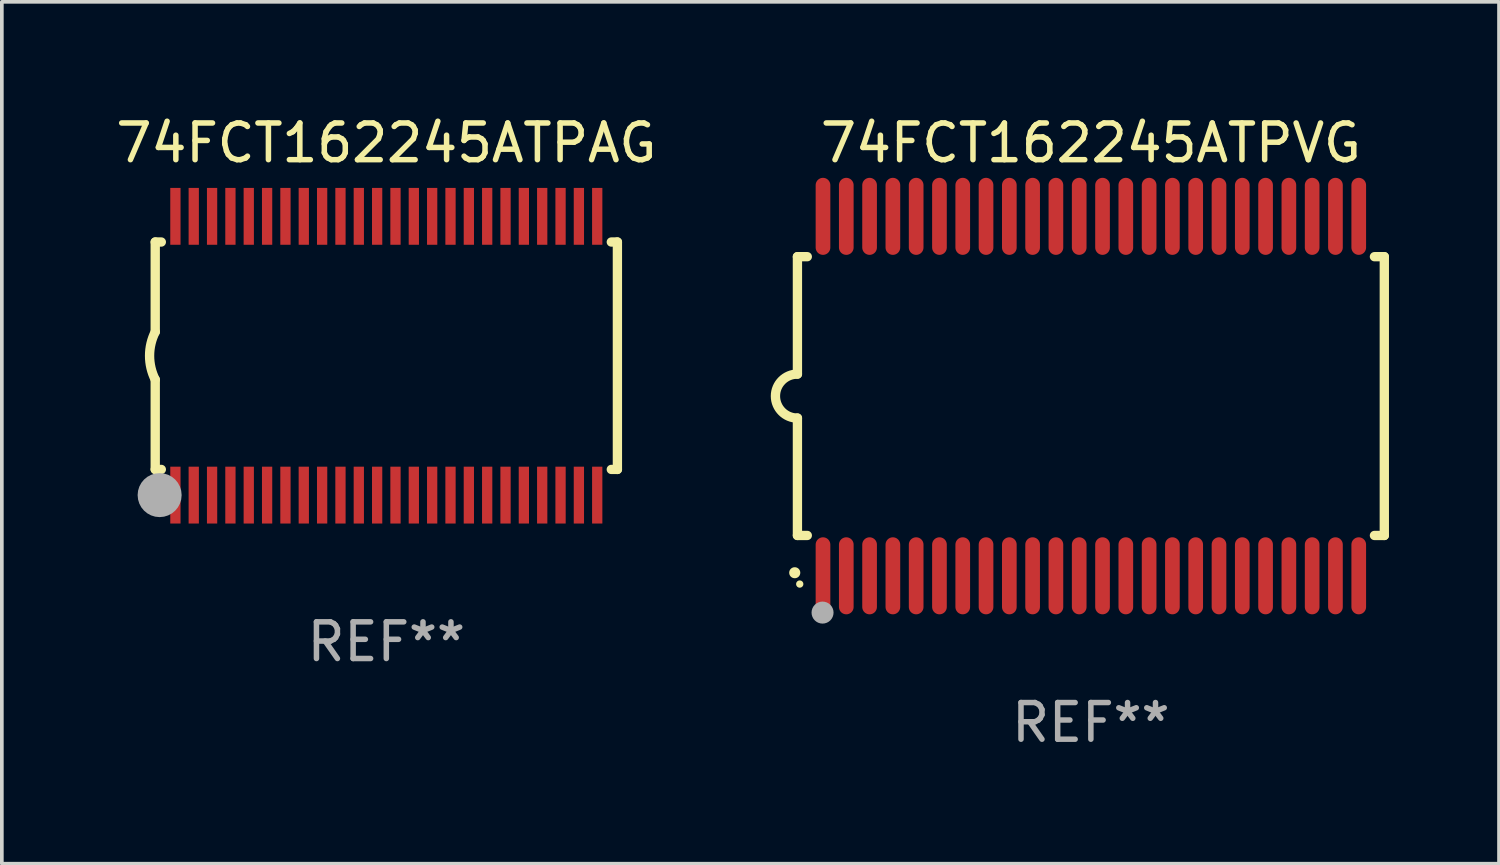
<source format=kicad_pcb>
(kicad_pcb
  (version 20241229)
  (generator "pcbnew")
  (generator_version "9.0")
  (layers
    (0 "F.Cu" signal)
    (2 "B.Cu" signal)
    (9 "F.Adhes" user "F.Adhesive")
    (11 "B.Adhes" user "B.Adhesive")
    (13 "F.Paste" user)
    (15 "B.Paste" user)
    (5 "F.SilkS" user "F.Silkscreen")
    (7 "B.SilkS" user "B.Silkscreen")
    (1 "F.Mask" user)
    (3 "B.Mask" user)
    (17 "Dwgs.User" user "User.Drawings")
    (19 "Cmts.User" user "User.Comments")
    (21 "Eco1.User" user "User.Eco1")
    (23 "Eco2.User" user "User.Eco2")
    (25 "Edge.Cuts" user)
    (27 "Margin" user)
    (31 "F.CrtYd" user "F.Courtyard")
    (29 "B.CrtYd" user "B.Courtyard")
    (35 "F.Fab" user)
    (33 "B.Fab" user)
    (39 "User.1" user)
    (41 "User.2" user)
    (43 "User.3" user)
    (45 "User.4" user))
  (footprint "74FCT162245ATPAG"
    (layer "F.Cu")
    (at 7.482 6.648)
    (property "Reference" "74FCT162245ATPAG" (at 0 -5.8 0) (layer "F.SilkS") (effects (font (size 1 1) (thickness 0.15))))
    (attr through_hole)
    (fp_line (start -6.3 -3.1) (end -6.3 -0.65) (stroke (width 0.254) (type solid)) (layer "F.SilkS"))
    (fp_line (start -6.3 -3.1) (end -6.134 -3.1) (stroke (width 0.254) (type solid)) (layer "F.SilkS"))
    (fp_line (start -6.3 3.1) (end -6.3 0.65) (stroke (width 0.254) (type solid)) (layer "F.SilkS"))
    (fp_line (start -6.3 3.1) (end -6.134 3.1) (stroke (width 0.254) (type solid)) (layer "F.SilkS"))
    (fp_line (start 6.134 -3.1) (end 6.3 -3.1) (stroke (width 0.254) (type solid)) (layer "F.SilkS"))
    (fp_line (start 6.134 3.1) (end 6.3 3.1) (stroke (width 0.254) (type solid)) (layer "F.SilkS"))
    (fp_line (start 6.3 -3.1) (end 6.3 3.1) (stroke (width 0.254) (type solid)) (layer "F.SilkS"))
    (fp_arc (start -6.301016 0.650114) (mid -6.45413 -0.000082) (end -6.3 -0.650038) (stroke (width 0.254001) (type solid)) (layer "F.SilkS"))
    (fp_circle (center -6.35 3.81) (end -6.223 3.81) (stroke (width 0.254) (type solid)) (fill no) (layer "F.SilkS"))
    (fp_circle (center -6.25 4.05) (end -6.22 4.05) (stroke (width 0.06) (type solid)) (fill no) (layer "F.SilkS"))
    (fp_circle (center -6.18 3.8) (end -5.88 3.8) (stroke (width 0.6) (type solid)) (fill no) (layer "F.Fab"))
    (fp_text user "REF**" (at 0 7.8 0) (layer "F.Fab") (effects (font (size 1 1) (thickness 0.15))))
    (pad "1" smd rect (at -5.75 3.8) (size 0.28 1.55) (layers "F.Cu" "F.Mask" "F.Paste"))
    (pad "2" smd rect (at -5.25 3.8) (size 0.28 1.55) (layers "F.Cu" "F.Mask" "F.Paste"))
    (pad "3" smd rect (at -4.75 3.8) (size 0.28 1.55) (layers "F.Cu" "F.Mask" "F.Paste"))
    (pad "4" smd rect (at -4.25 3.8) (size 0.28 1.55) (layers "F.Cu" "F.Mask" "F.Paste"))
    (pad "5" smd rect (at -3.75 3.8) (size 0.28 1.55) (layers "F.Cu" "F.Mask" "F.Paste"))
    (pad "6" smd rect (at -3.25 3.8) (size 0.28 1.55) (layers "F.Cu" "F.Mask" "F.Paste"))
    (pad "7" smd rect (at -2.75 3.8) (size 0.28 1.55) (layers "F.Cu" "F.Mask" "F.Paste"))
    (pad "8" smd rect (at -2.25 3.8) (size 0.28 1.55) (layers "F.Cu" "F.Mask" "F.Paste"))
    (pad "9" smd rect (at -1.75 3.8) (size 0.28 1.55) (layers "F.Cu" "F.Mask" "F.Paste"))
    (pad "10" smd rect (at -1.25 3.8) (size 0.28 1.55) (layers "F.Cu" "F.Mask" "F.Paste"))
    (pad "11" smd rect (at -0.75 3.8) (size 0.28 1.55) (layers "F.Cu" "F.Mask" "F.Paste"))
    (pad "12" smd rect (at -0.25 3.8) (size 0.28 1.55) (layers "F.Cu" "F.Mask" "F.Paste"))
    (pad "13" smd rect (at 0.25 3.8) (size 0.28 1.55) (layers "F.Cu" "F.Mask" "F.Paste"))
    (pad "14" smd rect (at 0.75 3.8) (size 0.28 1.55) (layers "F.Cu" "F.Mask" "F.Paste"))
    (pad "15" smd rect (at 1.25 3.8) (size 0.28 1.55) (layers "F.Cu" "F.Mask" "F.Paste"))
    (pad "16" smd rect (at 1.75 3.8) (size 0.28 1.55) (layers "F.Cu" "F.Mask" "F.Paste"))
    (pad "17" smd rect (at 2.25 3.8) (size 0.28 1.55) (layers "F.Cu" "F.Mask" "F.Paste"))
    (pad "18" smd rect (at 2.75 3.8) (size 0.28 1.55) (layers "F.Cu" "F.Mask" "F.Paste"))
    (pad "19" smd rect (at 3.25 3.8) (size 0.28 1.55) (layers "F.Cu" "F.Mask" "F.Paste"))
    (pad "20" smd rect (at 3.75 3.8) (size 0.28 1.55) (layers "F.Cu" "F.Mask" "F.Paste"))
    (pad "21" smd rect (at 4.25 3.8) (size 0.28 1.55) (layers "F.Cu" "F.Mask" "F.Paste"))
    (pad "22" smd rect (at 4.75 3.8) (size 0.28 1.55) (layers "F.Cu" "F.Mask" "F.Paste"))
    (pad "23" smd rect (at 5.25 3.8) (size 0.28 1.55) (layers "F.Cu" "F.Mask" "F.Paste"))
    (pad "24" smd rect (at 5.75 3.8) (size 0.28 1.55) (layers "F.Cu" "F.Mask" "F.Paste"))
    (pad "25" smd rect (at 5.75 -3.8) (size 0.28 1.55) (layers "F.Cu" "F.Mask" "F.Paste"))
    (pad "26" smd rect (at 5.25 -3.8) (size 0.28 1.55) (layers "F.Cu" "F.Mask" "F.Paste"))
    (pad "27" smd rect (at 4.75 -3.8) (size 0.28 1.55) (layers "F.Cu" "F.Mask" "F.Paste"))
    (pad "28" smd rect (at 4.25 -3.8) (size 0.28 1.55) (layers "F.Cu" "F.Mask" "F.Paste"))
    (pad "29" smd rect (at 3.75 -3.8) (size 0.28 1.55) (layers "F.Cu" "F.Mask" "F.Paste"))
    (pad "30" smd rect (at 3.25 -3.8) (size 0.28 1.55) (layers "F.Cu" "F.Mask" "F.Paste"))
    (pad "31" smd rect (at 2.75 -3.8) (size 0.28 1.55) (layers "F.Cu" "F.Mask" "F.Paste"))
    (pad "32" smd rect (at 2.25 -3.8) (size 0.28 1.55) (layers "F.Cu" "F.Mask" "F.Paste"))
    (pad "33" smd rect (at 1.75 -3.8) (size 0.28 1.55) (layers "F.Cu" "F.Mask" "F.Paste"))
    (pad "34" smd rect (at 1.25 -3.8) (size 0.28 1.55) (layers "F.Cu" "F.Mask" "F.Paste"))
    (pad "35" smd rect (at 0.75 -3.8) (size 0.28 1.55) (layers "F.Cu" "F.Mask" "F.Paste"))
    (pad "36" smd rect (at 0.25 -3.8) (size 0.28 1.55) (layers "F.Cu" "F.Mask" "F.Paste"))
    (pad "37" smd rect (at -0.25 -3.8) (size 0.28 1.55) (layers "F.Cu" "F.Mask" "F.Paste"))
    (pad "38" smd rect (at -0.75 -3.8) (size 0.28 1.55) (layers "F.Cu" "F.Mask" "F.Paste"))
    (pad "39" smd rect (at -1.25 -3.8) (size 0.28 1.55) (layers "F.Cu" "F.Mask" "F.Paste"))
    (pad "40" smd rect (at -1.75 -3.8) (size 0.28 1.55) (layers "F.Cu" "F.Mask" "F.Paste"))
    (pad "41" smd rect (at -2.25 -3.8) (size 0.28 1.55) (layers "F.Cu" "F.Mask" "F.Paste"))
    (pad "42" smd rect (at -2.75 -3.8) (size 0.28 1.55) (layers "F.Cu" "F.Mask" "F.Paste"))
    (pad "43" smd rect (at -3.25 -3.8) (size 0.28 1.55) (layers "F.Cu" "F.Mask" "F.Paste"))
    (pad "44" smd rect (at -3.75 -3.8) (size 0.28 1.55) (layers "F.Cu" "F.Mask" "F.Paste"))
    (pad "45" smd rect (at -4.25 -3.8) (size 0.28 1.55) (layers "F.Cu" "F.Mask" "F.Paste"))
    (pad "46" smd rect (at -4.75 -3.8) (size 0.28 1.55) (layers "F.Cu" "F.Mask" "F.Paste"))
    (pad "47" smd rect (at -5.25 -3.8) (size 0.28 1.55) (layers "F.Cu" "F.Mask" "F.Paste"))
    (pad "48" smd rect (at -5.75 -3.8) (size 0.28 1.55) (layers "F.Cu" "F.Mask" "F.Paste")))
  (footprint "74FCT162245ATPVG"
    (layer "F.Cu")
    (at 26.69 7.748)
    (property "Reference" "74FCT162245ATPVG" (at 0 -6.9 0) (layer "F.SilkS") (effects (font (size 1 1) (thickness 0.15))))
    (attr through_hole)
    (fp_line (start -8 -3.8) (end -8 -0.599) (stroke (width 0.254) (type solid)) (layer "F.SilkS"))
    (fp_line (start -8 -3.8) (end -7.731 -3.8) (stroke (width 0.254) (type solid)) (layer "F.SilkS"))
    (fp_line (start -8 3.8) (end -8 0.599) (stroke (width 0.254) (type solid)) (layer "F.SilkS"))
    (fp_line (start -7.731 3.8) (end -8 3.8) (stroke (width 0.254) (type solid)) (layer "F.SilkS"))
    (fp_line (start 7.731 -3.8) (end 8 -3.8) (stroke (width 0.254) (type solid)) (layer "F.SilkS"))
    (fp_line (start 8 -3.8) (end 8 3.8) (stroke (width 0.254) (type solid)) (layer "F.SilkS"))
    (fp_line (start 8 3.8) (end 7.731 3.8) (stroke (width 0.254) (type solid)) (layer "F.SilkS"))
    (fp_arc (start -8.074676 4.81585) (mid -8.073406 4.815845) (end -8.072136 4.81585) (stroke (width 0.3) (type solid)) (layer "F.SilkS"))
    (fp_arc (start -8.000025 0.6) (mid -8.598908 0.00056) (end -8.000027 -0.598882) (stroke (width 0.254001) (type solid)) (layer "F.SilkS"))
    (fp_circle (center -7.937 5.125) (end -7.887 5.125) (stroke (width 0.1) (type solid)) (fill no) (layer "F.SilkS"))
    (fp_circle (center -7.315 5.903) (end -7.165 5.903) (stroke (width 0.3) (type solid)) (fill no) (layer "F.Fab"))
    (fp_text user "REF**" (at 0 8.9 0) (layer "F.Fab") (effects (font (size 1 1) (thickness 0.15))))
    (pad "1" smd oval (at -7.303 4.9) (size 0.4 2.1) (layers "F.Cu" "F.Mask" "F.Paste"))
    (pad "2" smd oval (at -6.668 4.9) (size 0.4 2.1) (layers "F.Cu" "F.Mask" "F.Paste"))
    (pad "3" smd oval (at -6.033 4.9) (size 0.4 2.1) (layers "F.Cu" "F.Mask" "F.Paste"))
    (pad "4" smd oval (at -5.398 4.9) (size 0.4 2.1) (layers "F.Cu" "F.Mask" "F.Paste"))
    (pad "5" smd oval (at -4.763 4.9) (size 0.4 2.1) (layers "F.Cu" "F.Mask" "F.Paste"))
    (pad "6" smd oval (at -4.128 4.9) (size 0.4 2.1) (layers "F.Cu" "F.Mask" "F.Paste"))
    (pad "7" smd oval (at -3.493 4.9) (size 0.4 2.1) (layers "F.Cu" "F.Mask" "F.Paste"))
    (pad "8" smd oval (at -2.858 4.9) (size 0.4 2.1) (layers "F.Cu" "F.Mask" "F.Paste"))
    (pad "9" smd oval (at -2.223 4.9) (size 0.4 2.1) (layers "F.Cu" "F.Mask" "F.Paste"))
    (pad "10" smd oval (at -1.588 4.9) (size 0.4 2.1) (layers "F.Cu" "F.Mask" "F.Paste"))
    (pad "11" smd oval (at -0.953 4.9) (size 0.4 2.1) (layers "F.Cu" "F.Mask" "F.Paste"))
    (pad "12" smd oval (at -0.318 4.9) (size 0.4 2.1) (layers "F.Cu" "F.Mask" "F.Paste"))
    (pad "13" smd oval (at 0.318 4.9) (size 0.4 2.1) (layers "F.Cu" "F.Mask" "F.Paste"))
    (pad "14" smd oval (at 0.953 4.9) (size 0.4 2.1) (layers "F.Cu" "F.Mask" "F.Paste"))
    (pad "15" smd oval (at 1.588 4.9) (size 0.4 2.1) (layers "F.Cu" "F.Mask" "F.Paste"))
    (pad "16" smd oval (at 2.223 4.9) (size 0.4 2.1) (layers "F.Cu" "F.Mask" "F.Paste"))
    (pad "17" smd oval (at 2.858 4.9) (size 0.4 2.1) (layers "F.Cu" "F.Mask" "F.Paste"))
    (pad "18" smd oval (at 3.493 4.9) (size 0.4 2.1) (layers "F.Cu" "F.Mask" "F.Paste"))
    (pad "19" smd oval (at 4.128 4.9) (size 0.4 2.1) (layers "F.Cu" "F.Mask" "F.Paste"))
    (pad "20" smd oval (at 4.763 4.9) (size 0.4 2.1) (layers "F.Cu" "F.Mask" "F.Paste"))
    (pad "21" smd oval (at 5.398 4.9) (size 0.4 2.1) (layers "F.Cu" "F.Mask" "F.Paste"))
    (pad "22" smd oval (at 6.033 4.9) (size 0.4 2.1) (layers "F.Cu" "F.Mask" "F.Paste"))
    (pad "23" smd oval (at 6.668 4.9) (size 0.4 2.1) (layers "F.Cu" "F.Mask" "F.Paste"))
    (pad "24" smd oval (at 7.303 4.9) (size 0.4 2.1) (layers "F.Cu" "F.Mask" "F.Paste"))
    (pad "25" smd oval (at 7.303 -4.9 180) (size 0.4 2.1) (layers "F.Cu" "F.Mask" "F.Paste"))
    (pad "26" smd oval (at 6.668 -4.9 180) (size 0.4 2.1) (layers "F.Cu" "F.Mask" "F.Paste"))
    (pad "27" smd oval (at 6.033 -4.9 180) (size 0.4 2.1) (layers "F.Cu" "F.Mask" "F.Paste"))
    (pad "28" smd oval (at 5.398 -4.9 180) (size 0.4 2.1) (layers "F.Cu" "F.Mask" "F.Paste"))
    (pad "29" smd oval (at 4.763 -4.9 180) (size 0.4 2.1) (layers "F.Cu" "F.Mask" "F.Paste"))
    (pad "30" smd oval (at 4.128 -4.9 180) (size 0.4 2.1) (layers "F.Cu" "F.Mask" "F.Paste"))
    (pad "31" smd oval (at 3.493 -4.9 180) (size 0.4 2.1) (layers "F.Cu" "F.Mask" "F.Paste"))
    (pad "32" smd oval (at 2.858 -4.9 180) (size 0.4 2.1) (layers "F.Cu" "F.Mask" "F.Paste"))
    (pad "33" smd oval (at 2.223 -4.9 180) (size 0.4 2.1) (layers "F.Cu" "F.Mask" "F.Paste"))
    (pad "34" smd oval (at 1.588 -4.9 180) (size 0.4 2.1) (layers "F.Cu" "F.Mask" "F.Paste"))
    (pad "35" smd oval (at 0.953 -4.9 180) (size 0.4 2.1) (layers "F.Cu" "F.Mask" "F.Paste"))
    (pad "36" smd oval (at 0.318 -4.9 180) (size 0.4 2.1) (layers "F.Cu" "F.Mask" "F.Paste"))
    (pad "37" smd oval (at -0.318 -4.9 180) (size 0.4 2.1) (layers "F.Cu" "F.Mask" "F.Paste"))
    (pad "38" smd oval (at -0.953 -4.9 180) (size 0.4 2.1) (layers "F.Cu" "F.Mask" "F.Paste"))
    (pad "39" smd oval (at -1.588 -4.9 180) (size 0.4 2.1) (layers "F.Cu" "F.Mask" "F.Paste"))
    (pad "40" smd oval (at -2.223 -4.9 180) (size 0.4 2.1) (layers "F.Cu" "F.Mask" "F.Paste"))
    (pad "41" smd oval (at -2.858 -4.9 180) (size 0.4 2.1) (layers "F.Cu" "F.Mask" "F.Paste"))
    (pad "42" smd oval (at -3.493 -4.9 180) (size 0.4 2.1) (layers "F.Cu" "F.Mask" "F.Paste"))
    (pad "43" smd oval (at -4.128 -4.9 180) (size 0.4 2.1) (layers "F.Cu" "F.Mask" "F.Paste"))
    (pad "44" smd oval (at -4.763 -4.9 180) (size 0.4 2.1) (layers "F.Cu" "F.Mask" "F.Paste"))
    (pad "45" smd oval (at -5.398 -4.9 180) (size 0.4 2.1) (layers "F.Cu" "F.Mask" "F.Paste"))
    (pad "46" smd oval (at -6.033 -4.9 180) (size 0.4 2.1) (layers "F.Cu" "F.Mask" "F.Paste"))
    (pad "47" smd oval (at -6.668 -4.9 180) (size 0.4 2.1) (layers "F.Cu" "F.Mask" "F.Paste"))
    (pad "48" smd oval (at -7.303 -4.9 180) (size 0.4 2.1) (layers "F.Cu" "F.Mask" "F.Paste")))
  (gr_rect
    (start -3 -3)
    (end 37.817 20.496)
    (stroke (width 0.1) (type default))
    (fill no)
    (layer "Edge.Cuts")))
</source>
